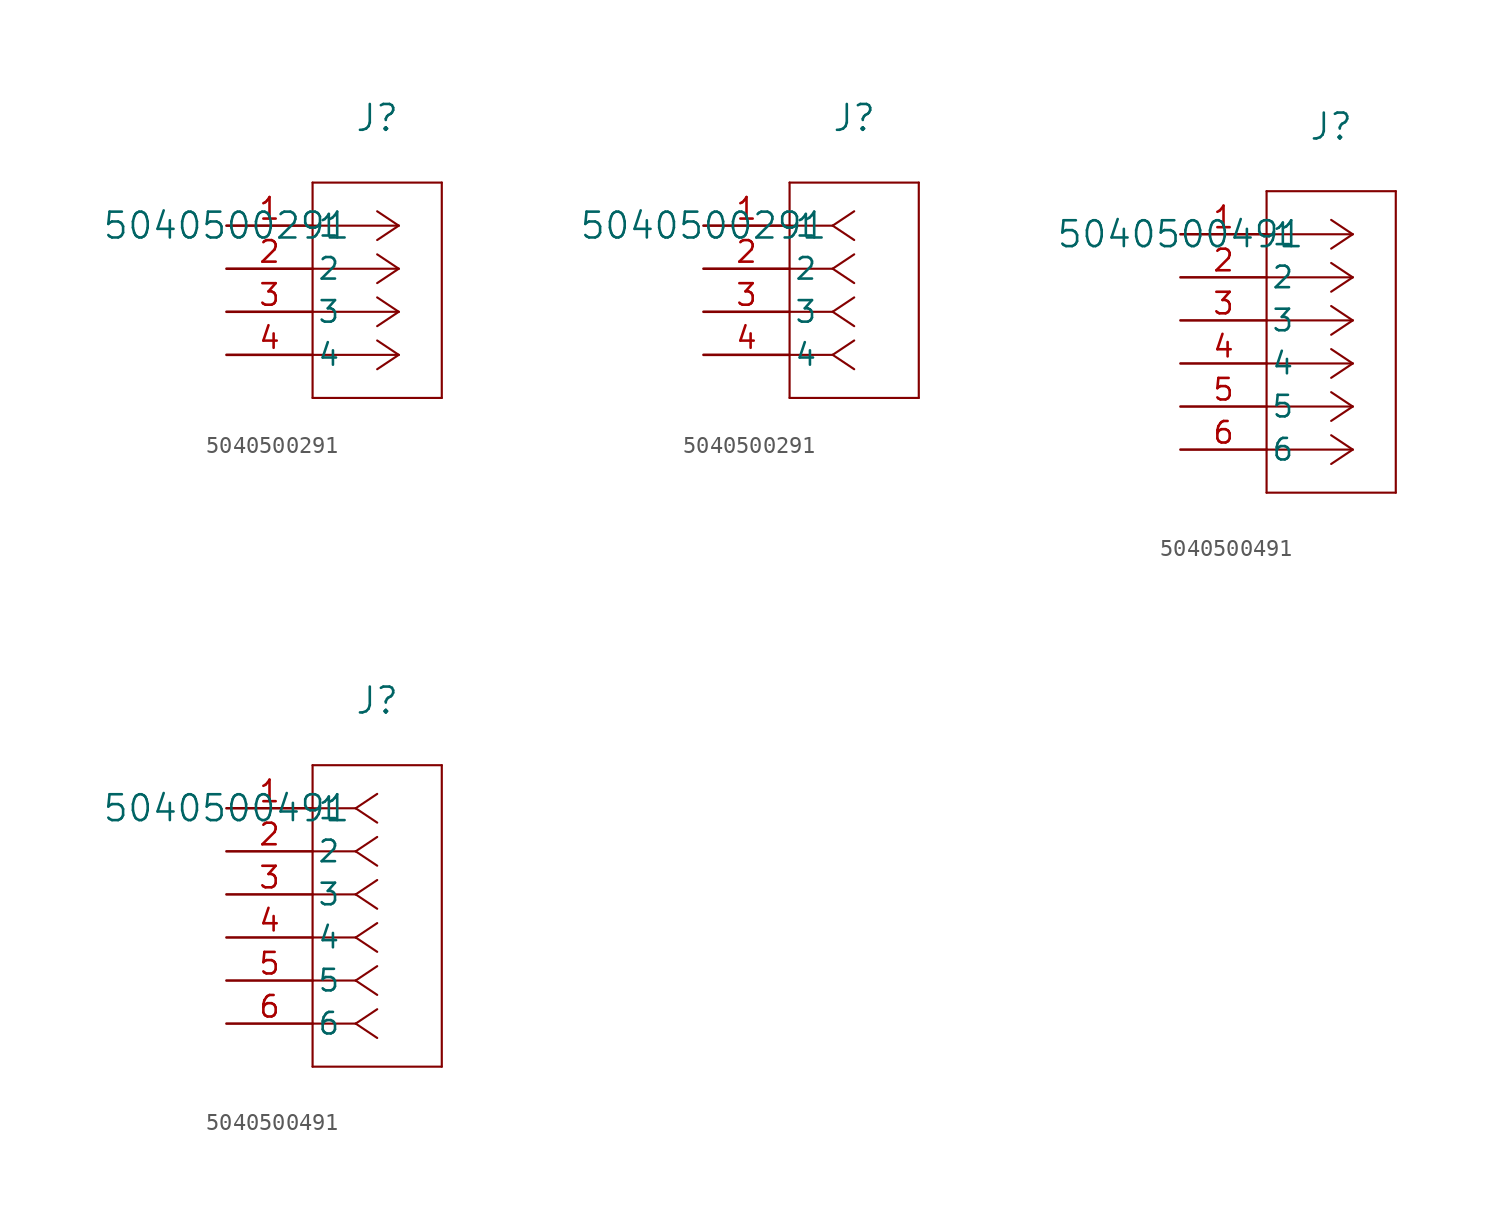
<source format=kicad_sym>
(kicad_symbol_lib
  (version 20220914)
  (generator kicad_symbol_editor)
  (symbol "5040500291"
    (pin_names
      (offset 0.254))
    (property "Reference" "J"
      (at 8.89 6.35 0)
      (effects (font (size 1.524 1.524))))
    (property "Value" "5040500291"
      (at 0 0 0)
      (effects (font (size 1.524 1.524))))
    (symbol "5040500291_1_1"
      (polyline (pts (xy 5.08 -10.16) (xy 12.7 -10.16)) (stroke (width 0.127) (type default)) (fill (type none)))
      (polyline (pts (xy 5.08 2.54) (xy 5.08 -10.16)) (stroke (width 0.127) (type default)) (fill (type none)))
      (polyline (pts (xy 10.16 -7.62) (xy 5.08 -7.62)) (stroke (width 0.127) (type default)) (fill (type none)))
      (polyline (pts (xy 10.16 -7.62) (xy 8.89 -8.467)) (stroke (width 0.127) (type default)) (fill (type none)))
      (polyline (pts (xy 10.16 -7.62) (xy 8.89 -6.773)) (stroke (width 0.127) (type default)) (fill (type none)))
      (polyline (pts (xy 10.16 -5.08) (xy 5.08 -5.08)) (stroke (width 0.127) (type default)) (fill (type none)))
      (polyline (pts (xy 10.16 -5.08) (xy 8.89 -5.927)) (stroke (width 0.127) (type default)) (fill (type none)))
      (polyline (pts (xy 10.16 -5.08) (xy 8.89 -4.233)) (stroke (width 0.127) (type default)) (fill (type none)))
      (polyline (pts (xy 10.16 -2.54) (xy 5.08 -2.54)) (stroke (width 0.127) (type default)) (fill (type none)))
      (polyline (pts (xy 10.16 -2.54) (xy 8.89 -3.387)) (stroke (width 0.127) (type default)) (fill (type none)))
      (polyline (pts (xy 10.16 -2.54) (xy 8.89 -1.693)) (stroke (width 0.127) (type default)) (fill (type none)))
      (polyline (pts (xy 10.16 0) (xy 5.08 0)) (stroke (width 0.127) (type default)) (fill (type none)))
      (polyline (pts (xy 10.16 0) (xy 8.89 -0.847)) (stroke (width 0.127) (type default)) (fill (type none)))
      (polyline (pts (xy 10.16 0) (xy 8.89 0.847)) (stroke (width 0.127) (type default)) (fill (type none)))
      (polyline (pts (xy 12.7 -10.16) (xy 12.7 2.54)) (stroke (width 0.127) (type default)) (fill (type none)))
      (polyline (pts (xy 12.7 2.54) (xy 5.08 2.54)) (stroke (width 0.127) (type default)) (fill (type none)))
      (pin unspecified line (at 0 0 0) (length 5.08) (name "1" (effects (font (size 1.27 1.27)))) (number "1" (effects (font (size 1.27 1.27)))))
      (pin unspecified line (at 0 -2.54 0) (length 5.08) (name "2" (effects (font (size 1.27 1.27)))) (number "2" (effects (font (size 1.27 1.27)))))
      (pin unspecified line (at 0 -5.08 0) (length 5.08) (name "3" (effects (font (size 1.27 1.27)))) (number "3" (effects (font (size 1.27 1.27)))))
      (pin unspecified line (at 0 -7.62 0) (length 5.08) (name "4" (effects (font (size 1.27 1.27)))) (number "4" (effects (font (size 1.27 1.27))))))
    (symbol "5040500291_1_2"
      (polyline (pts (xy 5.08 -10.16) (xy 12.7 -10.16)) (stroke (width 0.127) (type default)) (fill (type none)))
      (polyline (pts (xy 5.08 2.54) (xy 5.08 -10.16)) (stroke (width 0.127) (type default)) (fill (type none)))
      (polyline (pts (xy 7.62 -7.62) (xy 5.08 -7.62)) (stroke (width 0.127) (type default)) (fill (type none)))
      (polyline (pts (xy 7.62 -7.62) (xy 8.89 -8.467)) (stroke (width 0.127) (type default)) (fill (type none)))
      (polyline (pts (xy 7.62 -7.62) (xy 8.89 -6.773)) (stroke (width 0.127) (type default)) (fill (type none)))
      (polyline (pts (xy 7.62 -5.08) (xy 5.08 -5.08)) (stroke (width 0.127) (type default)) (fill (type none)))
      (polyline (pts (xy 7.62 -5.08) (xy 8.89 -5.927)) (stroke (width 0.127) (type default)) (fill (type none)))
      (polyline (pts (xy 7.62 -5.08) (xy 8.89 -4.233)) (stroke (width 0.127) (type default)) (fill (type none)))
      (polyline (pts (xy 7.62 -2.54) (xy 5.08 -2.54)) (stroke (width 0.127) (type default)) (fill (type none)))
      (polyline (pts (xy 7.62 -2.54) (xy 8.89 -3.387)) (stroke (width 0.127) (type default)) (fill (type none)))
      (polyline (pts (xy 7.62 -2.54) (xy 8.89 -1.693)) (stroke (width 0.127) (type default)) (fill (type none)))
      (polyline (pts (xy 7.62 0) (xy 5.08 0)) (stroke (width 0.127) (type default)) (fill (type none)))
      (polyline (pts (xy 7.62 0) (xy 8.89 -0.847)) (stroke (width 0.127) (type default)) (fill (type none)))
      (polyline (pts (xy 7.62 0) (xy 8.89 0.847)) (stroke (width 0.127) (type default)) (fill (type none)))
      (polyline (pts (xy 12.7 -10.16) (xy 12.7 2.54)) (stroke (width 0.127) (type default)) (fill (type none)))
      (polyline (pts (xy 12.7 2.54) (xy 5.08 2.54)) (stroke (width 0.127) (type default)) (fill (type none)))
      (pin unspecified line (at 0 0 0) (length 5.08) (name "1" (effects (font (size 1.27 1.27)))) (number "1" (effects (font (size 1.27 1.27)))))
      (pin unspecified line (at 0 -2.54 0) (length 5.08) (name "2" (effects (font (size 1.27 1.27)))) (number "2" (effects (font (size 1.27 1.27)))))
      (pin unspecified line (at 0 -5.08 0) (length 5.08) (name "3" (effects (font (size 1.27 1.27)))) (number "3" (effects (font (size 1.27 1.27)))))
      (pin unspecified line (at 0 -7.62 0) (length 5.08) (name "4" (effects (font (size 1.27 1.27)))) (number "4" (effects (font (size 1.27 1.27)))))))
  (symbol "5040500491"
    (pin_names
      (offset 0.254))
    (property "Reference" "J"
      (at 8.89 6.35 0)
      (effects (font (size 1.524 1.524))))
    (property "Value" "5040500491"
      (at 0 0 0)
      (effects (font (size 1.524 1.524))))
    (symbol "5040500491_1_1"
      (polyline (pts (xy 5.08 -15.24) (xy 12.7 -15.24)) (stroke (width 0.127) (type default)) (fill (type none)))
      (polyline (pts (xy 5.08 2.54) (xy 5.08 -15.24)) (stroke (width 0.127) (type default)) (fill (type none)))
      (polyline (pts (xy 10.16 -12.7) (xy 5.08 -12.7)) (stroke (width 0.127) (type default)) (fill (type none)))
      (polyline (pts (xy 10.16 -12.7) (xy 8.89 -13.547)) (stroke (width 0.127) (type default)) (fill (type none)))
      (polyline (pts (xy 10.16 -12.7) (xy 8.89 -11.853)) (stroke (width 0.127) (type default)) (fill (type none)))
      (polyline (pts (xy 10.16 -10.16) (xy 5.08 -10.16)) (stroke (width 0.127) (type default)) (fill (type none)))
      (polyline (pts (xy 10.16 -10.16) (xy 8.89 -11.007)) (stroke (width 0.127) (type default)) (fill (type none)))
      (polyline (pts (xy 10.16 -10.16) (xy 8.89 -9.313)) (stroke (width 0.127) (type default)) (fill (type none)))
      (polyline (pts (xy 10.16 -7.62) (xy 5.08 -7.62)) (stroke (width 0.127) (type default)) (fill (type none)))
      (polyline (pts (xy 10.16 -7.62) (xy 8.89 -8.467)) (stroke (width 0.127) (type default)) (fill (type none)))
      (polyline (pts (xy 10.16 -7.62) (xy 8.89 -6.773)) (stroke (width 0.127) (type default)) (fill (type none)))
      (polyline (pts (xy 10.16 -5.08) (xy 5.08 -5.08)) (stroke (width 0.127) (type default)) (fill (type none)))
      (polyline (pts (xy 10.16 -5.08) (xy 8.89 -5.927)) (stroke (width 0.127) (type default)) (fill (type none)))
      (polyline (pts (xy 10.16 -5.08) (xy 8.89 -4.233)) (stroke (width 0.127) (type default)) (fill (type none)))
      (polyline (pts (xy 10.16 -2.54) (xy 5.08 -2.54)) (stroke (width 0.127) (type default)) (fill (type none)))
      (polyline (pts (xy 10.16 -2.54) (xy 8.89 -3.387)) (stroke (width 0.127) (type default)) (fill (type none)))
      (polyline (pts (xy 10.16 -2.54) (xy 8.89 -1.693)) (stroke (width 0.127) (type default)) (fill (type none)))
      (polyline (pts (xy 10.16 0) (xy 5.08 0)) (stroke (width 0.127) (type default)) (fill (type none)))
      (polyline (pts (xy 10.16 0) (xy 8.89 -0.847)) (stroke (width 0.127) (type default)) (fill (type none)))
      (polyline (pts (xy 10.16 0) (xy 8.89 0.847)) (stroke (width 0.127) (type default)) (fill (type none)))
      (polyline (pts (xy 12.7 -15.24) (xy 12.7 2.54)) (stroke (width 0.127) (type default)) (fill (type none)))
      (polyline (pts (xy 12.7 2.54) (xy 5.08 2.54)) (stroke (width 0.127) (type default)) (fill (type none)))
      (pin unspecified line (at 0 0 0) (length 5.08) (name "1" (effects (font (size 1.27 1.27)))) (number "1" (effects (font (size 1.27 1.27)))))
      (pin unspecified line (at 0 -2.54 0) (length 5.08) (name "2" (effects (font (size 1.27 1.27)))) (number "2" (effects (font (size 1.27 1.27)))))
      (pin unspecified line (at 0 -5.08 0) (length 5.08) (name "3" (effects (font (size 1.27 1.27)))) (number "3" (effects (font (size 1.27 1.27)))))
      (pin unspecified line (at 0 -7.62 0) (length 5.08) (name "4" (effects (font (size 1.27 1.27)))) (number "4" (effects (font (size 1.27 1.27)))))
      (pin unspecified line (at 0 -10.16 0) (length 5.08) (name "5" (effects (font (size 1.27 1.27)))) (number "5" (effects (font (size 1.27 1.27)))))
      (pin unspecified line (at 0 -12.7 0) (length 5.08) (name "6" (effects (font (size 1.27 1.27)))) (number "6" (effects (font (size 1.27 1.27))))))
    (symbol "5040500491_1_2"
      (polyline (pts (xy 5.08 -15.24) (xy 12.7 -15.24)) (stroke (width 0.127) (type default)) (fill (type none)))
      (polyline (pts (xy 5.08 2.54) (xy 5.08 -15.24)) (stroke (width 0.127) (type default)) (fill (type none)))
      (polyline (pts (xy 7.62 -12.7) (xy 5.08 -12.7)) (stroke (width 0.127) (type default)) (fill (type none)))
      (polyline (pts (xy 7.62 -12.7) (xy 8.89 -13.547)) (stroke (width 0.127) (type default)) (fill (type none)))
      (polyline (pts (xy 7.62 -12.7) (xy 8.89 -11.853)) (stroke (width 0.127) (type default)) (fill (type none)))
      (polyline (pts (xy 7.62 -10.16) (xy 5.08 -10.16)) (stroke (width 0.127) (type default)) (fill (type none)))
      (polyline (pts (xy 7.62 -10.16) (xy 8.89 -11.007)) (stroke (width 0.127) (type default)) (fill (type none)))
      (polyline (pts (xy 7.62 -10.16) (xy 8.89 -9.313)) (stroke (width 0.127) (type default)) (fill (type none)))
      (polyline (pts (xy 7.62 -7.62) (xy 5.08 -7.62)) (stroke (width 0.127) (type default)) (fill (type none)))
      (polyline (pts (xy 7.62 -7.62) (xy 8.89 -8.467)) (stroke (width 0.127) (type default)) (fill (type none)))
      (polyline (pts (xy 7.62 -7.62) (xy 8.89 -6.773)) (stroke (width 0.127) (type default)) (fill (type none)))
      (polyline (pts (xy 7.62 -5.08) (xy 5.08 -5.08)) (stroke (width 0.127) (type default)) (fill (type none)))
      (polyline (pts (xy 7.62 -5.08) (xy 8.89 -5.927)) (stroke (width 0.127) (type default)) (fill (type none)))
      (polyline (pts (xy 7.62 -5.08) (xy 8.89 -4.233)) (stroke (width 0.127) (type default)) (fill (type none)))
      (polyline (pts (xy 7.62 -2.54) (xy 5.08 -2.54)) (stroke (width 0.127) (type default)) (fill (type none)))
      (polyline (pts (xy 7.62 -2.54) (xy 8.89 -3.387)) (stroke (width 0.127) (type default)) (fill (type none)))
      (polyline (pts (xy 7.62 -2.54) (xy 8.89 -1.693)) (stroke (width 0.127) (type default)) (fill (type none)))
      (polyline (pts (xy 7.62 0) (xy 5.08 0)) (stroke (width 0.127) (type default)) (fill (type none)))
      (polyline (pts (xy 7.62 0) (xy 8.89 -0.847)) (stroke (width 0.127) (type default)) (fill (type none)))
      (polyline (pts (xy 7.62 0) (xy 8.89 0.847)) (stroke (width 0.127) (type default)) (fill (type none)))
      (polyline (pts (xy 12.7 -15.24) (xy 12.7 2.54)) (stroke (width 0.127) (type default)) (fill (type none)))
      (polyline (pts (xy 12.7 2.54) (xy 5.08 2.54)) (stroke (width 0.127) (type default)) (fill (type none)))
      (pin unspecified line (at 0 0 0) (length 5.08) (name "1" (effects (font (size 1.27 1.27)))) (number "1" (effects (font (size 1.27 1.27)))))
      (pin unspecified line (at 0 -2.54 0) (length 5.08) (name "2" (effects (font (size 1.27 1.27)))) (number "2" (effects (font (size 1.27 1.27)))))
      (pin unspecified line (at 0 -5.08 0) (length 5.08) (name "3" (effects (font (size 1.27 1.27)))) (number "3" (effects (font (size 1.27 1.27)))))
      (pin unspecified line (at 0 -7.62 0) (length 5.08) (name "4" (effects (font (size 1.27 1.27)))) (number "4" (effects (font (size 1.27 1.27)))))
      (pin unspecified line (at 0 -10.16 0) (length 5.08) (name "5" (effects (font (size 1.27 1.27)))) (number "5" (effects (font (size 1.27 1.27)))))
      (pin unspecified line (at 0 -12.7 0) (length 5.08) (name "6" (effects (font (size 1.27 1.27)))) (number "6" (effects (font (size 1.27 1.27))))))))
</source>
